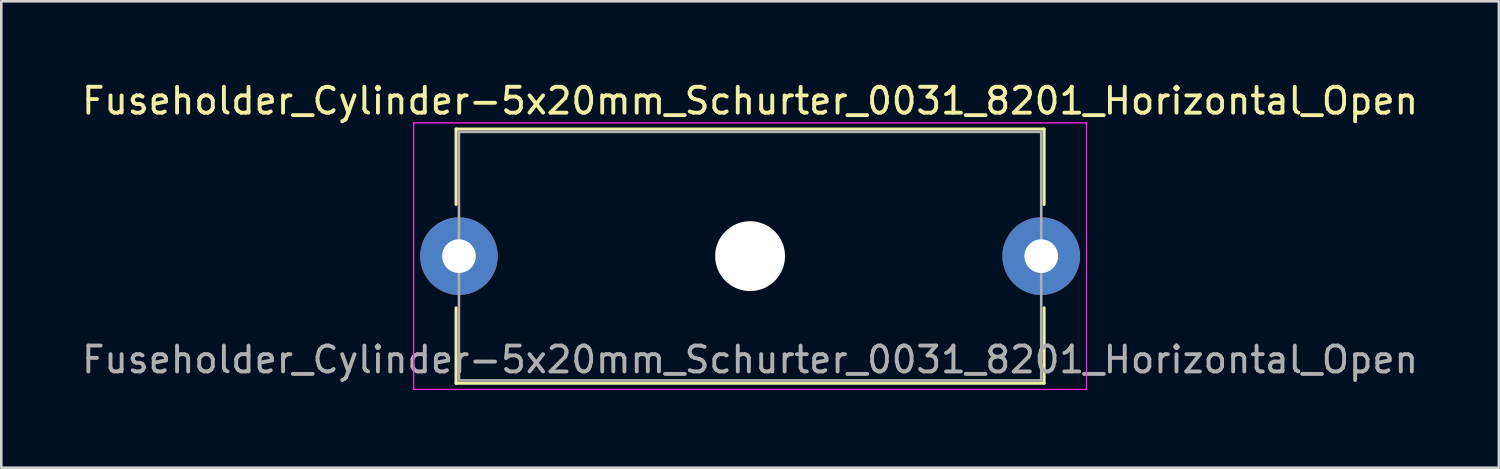
<source format=kicad_pcb>
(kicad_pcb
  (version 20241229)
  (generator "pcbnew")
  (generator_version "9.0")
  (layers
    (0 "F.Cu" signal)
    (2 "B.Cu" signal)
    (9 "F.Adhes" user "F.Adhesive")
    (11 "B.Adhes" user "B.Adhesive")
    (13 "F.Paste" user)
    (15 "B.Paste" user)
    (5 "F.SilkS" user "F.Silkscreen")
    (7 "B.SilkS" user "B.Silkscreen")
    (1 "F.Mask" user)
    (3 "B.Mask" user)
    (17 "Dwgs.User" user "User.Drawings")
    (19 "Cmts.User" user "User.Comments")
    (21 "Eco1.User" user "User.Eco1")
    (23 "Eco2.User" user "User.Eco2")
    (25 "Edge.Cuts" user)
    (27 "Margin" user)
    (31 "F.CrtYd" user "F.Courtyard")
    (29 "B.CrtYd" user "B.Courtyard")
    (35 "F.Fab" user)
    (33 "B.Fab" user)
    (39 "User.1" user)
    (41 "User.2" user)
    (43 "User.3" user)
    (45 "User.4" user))
  (footprint "Fuseholder_Cylinder-5x20mm_Schurter_0031_8201_Horizontal_Open"
    (layer "F.Cu")
    (at 14.685 6.848)
    (property "Reference" "Fuseholder_Cylinder-5x20mm_Schurter_0031_8201_Horizontal_Open" (at 11.25 -6 0) (layer "F.SilkS") (effects (font (size 1 1) (thickness 0.15))))
    (attr through_hole)
    (fp_line (start -0.11 -4.91) (end 22.61 -4.91) (stroke (width 0.12) (type solid)) (layer "F.SilkS"))
    (fp_line (start -0.11 -2) (end -0.11 -4.91) (stroke (width 0.12) (type solid)) (layer "F.SilkS"))
    (fp_line (start -0.11 4.91) (end -0.11 2) (stroke (width 0.12) (type solid)) (layer "F.SilkS"))
    (fp_line (start -0.11 4.91) (end 22.61 4.91) (stroke (width 0.12) (type solid)) (layer "F.SilkS"))
    (fp_line (start 22.61 -2) (end 22.61 -4.91) (stroke (width 0.12) (type solid)) (layer "F.SilkS"))
    (fp_line (start 22.61 4.91) (end 22.61 2) (stroke (width 0.12) (type solid)) (layer "F.SilkS"))
    (fp_line (start -1.75 -5.15) (end 24.25 -5.15) (stroke (width 0.05) (type solid)) (layer "F.CrtYd"))
    (fp_line (start -1.75 5.15) (end -1.75 -5.15) (stroke (width 0.05) (type solid)) (layer "F.CrtYd"))
    (fp_line (start 24.25 -5.15) (end 24.25 5.15) (stroke (width 0.05) (type solid)) (layer "F.CrtYd"))
    (fp_line (start 24.25 5.15) (end -1.75 5.15) (stroke (width 0.05) (type solid)) (layer "F.CrtYd"))
    (fp_line (start 0 -4.8) (end 0 4.8) (stroke (width 0.1) (type solid)) (layer "F.Fab"))
    (fp_line (start 0 4.8) (end 22.5 4.8) (stroke (width 0.1) (type solid)) (layer "F.Fab"))
    (fp_line (start 22.5 -4.8) (end 0 -4.8) (stroke (width 0.1) (type solid)) (layer "F.Fab"))
    (fp_line (start 22.5 4.8) (end 22.5 -4.8) (stroke (width 0.1) (type solid)) (layer "F.Fab"))
    (fp_text user "${REFERENCE}" (at 11.25 4 0) (layer "F.Fab") (effects (font (size 1 1) (thickness 0.15))))
    (pad "" np_thru_hole circle (at 11.25 0) (size 2.7 2.7) (drill 2.7) (layers "*.Cu" "*.Mask"))
    (pad "1" thru_hole circle (at 0 0) (size 3 3) (drill 1.3) (layers "*.Cu" "*.Mask"))
    (pad "2" thru_hole circle (at 22.5 0) (size 3 3) (drill 1.3) (layers "*.Cu" "*.Mask")))
  (gr_rect
    (start -3 -3)
    (end 54.869 15.023)
    (stroke (width 0.1) (type default))
    (fill no)
    (layer "Edge.Cuts")))
</source>
